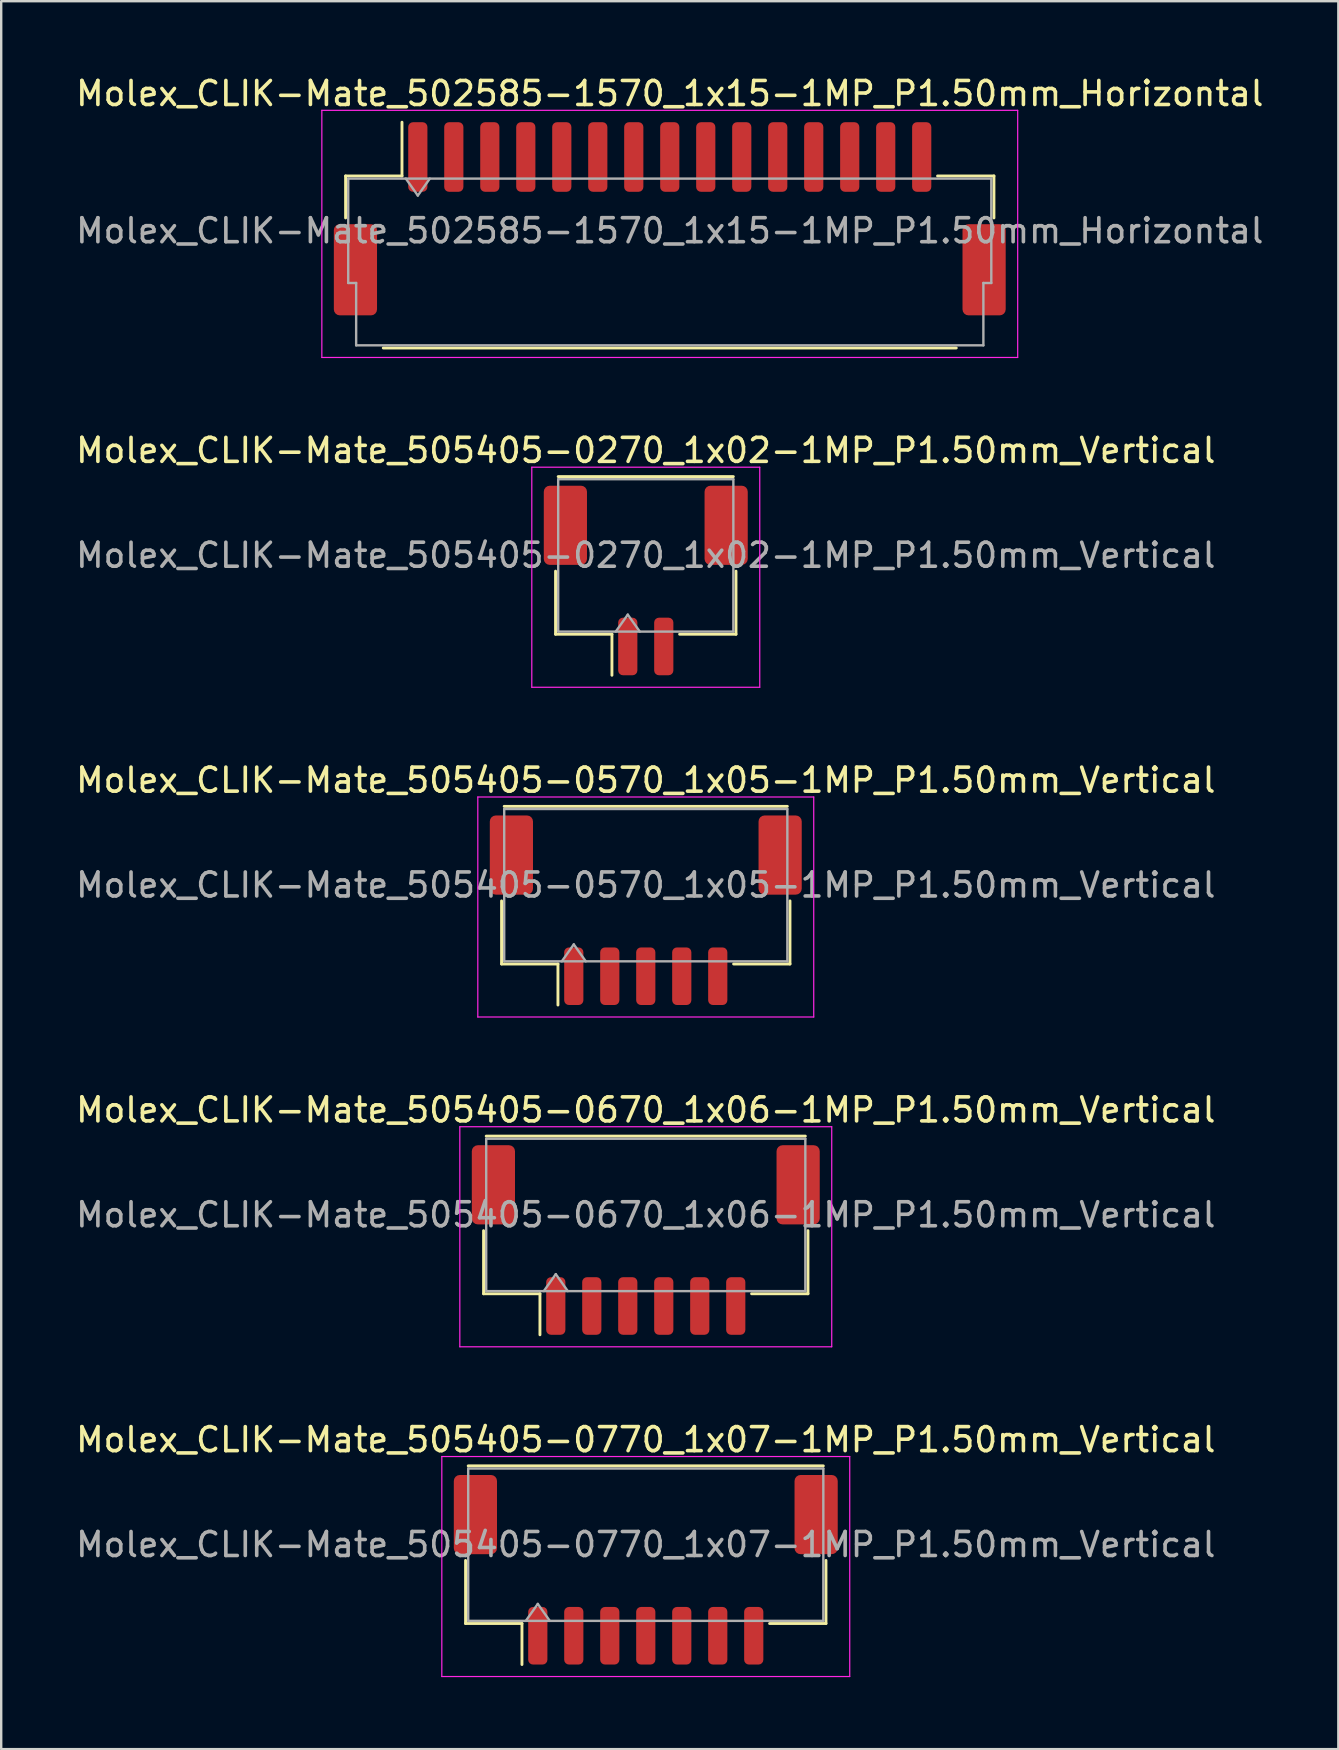
<source format=kicad_pcb>
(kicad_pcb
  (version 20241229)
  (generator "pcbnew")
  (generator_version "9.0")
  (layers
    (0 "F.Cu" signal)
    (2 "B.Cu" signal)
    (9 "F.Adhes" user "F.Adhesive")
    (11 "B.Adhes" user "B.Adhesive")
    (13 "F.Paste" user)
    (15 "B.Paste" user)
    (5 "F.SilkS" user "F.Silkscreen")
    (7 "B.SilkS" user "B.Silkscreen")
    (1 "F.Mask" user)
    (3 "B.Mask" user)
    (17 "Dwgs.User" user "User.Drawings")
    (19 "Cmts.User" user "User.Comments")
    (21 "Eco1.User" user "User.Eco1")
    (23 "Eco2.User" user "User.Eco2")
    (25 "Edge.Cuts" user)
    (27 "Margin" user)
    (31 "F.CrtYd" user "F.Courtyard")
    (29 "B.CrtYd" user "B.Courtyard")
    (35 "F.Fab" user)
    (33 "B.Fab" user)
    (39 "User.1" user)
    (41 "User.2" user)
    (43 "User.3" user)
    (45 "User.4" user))
  (footprint "Molex_CLIK-Mate_505405-0270_1x02-1MP_P1.50mm_Vertical"
    (layer "F.Cu")
    (at 23.863 21.142)
    (property "Reference" "Molex_CLIK-Mate_505405-0270_1x02-1MP_P1.50mm_Vertical" (at 0 -5.42 0) (layer "F.SilkS") (effects (font (size 1 1) (thickness 0.15))))
    (attr smd)
    (fp_line (start -3.76 -0.39) (end -3.76 2.24) (stroke (width 0.12) (type solid)) (layer "F.SilkS"))
    (fp_line (start -3.76 2.24) (end -1.41 2.24) (stroke (width 0.12) (type solid)) (layer "F.SilkS"))
    (fp_line (start -3.65 -4.33) (end 3.65 -4.33) (stroke (width 0.12) (type solid)) (layer "F.SilkS"))
    (fp_line (start -1.41 2.24) (end -1.41 3.95) (stroke (width 0.12) (type solid)) (layer "F.SilkS"))
    (fp_line (start 3.76 -0.39) (end 3.76 2.24) (stroke (width 0.12) (type solid)) (layer "F.SilkS"))
    (fp_line (start 3.76 2.24) (end 1.41 2.24) (stroke (width 0.12) (type solid)) (layer "F.SilkS"))
    (fp_line (start -4.75 -4.72) (end -4.75 4.45) (stroke (width 0.05) (type solid)) (layer "F.CrtYd"))
    (fp_line (start -4.75 4.45) (end 4.75 4.45) (stroke (width 0.05) (type solid)) (layer "F.CrtYd"))
    (fp_line (start 4.75 -4.72) (end -4.75 -4.72) (stroke (width 0.05) (type solid)) (layer "F.CrtYd"))
    (fp_line (start 4.75 4.45) (end 4.75 -4.72) (stroke (width 0.05) (type solid)) (layer "F.CrtYd"))
    (fp_line (start -3.65 -4.22) (end 3.65 -4.22) (stroke (width 0.1) (type solid)) (layer "F.Fab"))
    (fp_line (start -3.65 2.13) (end -3.65 -4.22) (stroke (width 0.1) (type solid)) (layer "F.Fab"))
    (fp_line (start -3.65 2.13) (end 3.65 2.13) (stroke (width 0.1) (type solid)) (layer "F.Fab"))
    (fp_line (start -1.25 2.13) (end -0.75 1.423) (stroke (width 0.1) (type solid)) (layer "F.Fab"))
    (fp_line (start -0.75 1.423) (end -0.25 2.13) (stroke (width 0.1) (type solid)) (layer "F.Fab"))
    (fp_line (start 3.65 2.13) (end 3.65 -4.22) (stroke (width 0.1) (type solid)) (layer "F.Fab"))
    (fp_text user "${REFERENCE}" (at 0 -1.05 0) (layer "F.Fab") (effects (font (size 1 1) (thickness 0.15))))
    (pad "1" smd roundrect (at -0.75 2.75) (size 0.8 2.4) (layers "F.Cu" "F.Mask" "F.Paste") (roundrect_rratio 0.25))
    (pad "2" smd roundrect (at 0.75 2.75) (size 0.8 2.4) (layers "F.Cu" "F.Mask" "F.Paste") (roundrect_rratio 0.25))
    (pad "MP" smd roundrect (at -3.35 -2.3) (size 1.8 3.3) (layers "F.Cu" "F.Mask" "F.Paste") (roundrect_rratio 0.139))
    (pad "MP" smd roundrect (at 3.35 -2.3) (size 1.8 3.3) (layers "F.Cu" "F.Mask" "F.Paste") (roundrect_rratio 0.139)))
  (footprint "Molex_CLIK-Mate_505405-0770_1x07-1MP_P1.50mm_Vertical"
    (layer "F.Cu")
    (at 23.863 62.371)
    (property "Reference" "Molex_CLIK-Mate_505405-0770_1x07-1MP_P1.50mm_Vertical" (at 0 -5.42 0) (layer "F.SilkS") (effects (font (size 1 1) (thickness 0.15))))
    (attr smd)
    (fp_line (start -7.51 -0.39) (end -7.51 2.24) (stroke (width 0.12) (type solid)) (layer "F.SilkS"))
    (fp_line (start -7.51 2.24) (end -5.16 2.24) (stroke (width 0.12) (type solid)) (layer "F.SilkS"))
    (fp_line (start -7.4 -4.33) (end 7.4 -4.33) (stroke (width 0.12) (type solid)) (layer "F.SilkS"))
    (fp_line (start -5.16 2.24) (end -5.16 3.95) (stroke (width 0.12) (type solid)) (layer "F.SilkS"))
    (fp_line (start 7.51 -0.39) (end 7.51 2.24) (stroke (width 0.12) (type solid)) (layer "F.SilkS"))
    (fp_line (start 7.51 2.24) (end 5.16 2.24) (stroke (width 0.12) (type solid)) (layer "F.SilkS"))
    (fp_line (start -8.5 -4.72) (end -8.5 4.45) (stroke (width 0.05) (type solid)) (layer "F.CrtYd"))
    (fp_line (start -8.5 4.45) (end 8.5 4.45) (stroke (width 0.05) (type solid)) (layer "F.CrtYd"))
    (fp_line (start 8.5 -4.72) (end -8.5 -4.72) (stroke (width 0.05) (type solid)) (layer "F.CrtYd"))
    (fp_line (start 8.5 4.45) (end 8.5 -4.72) (stroke (width 0.05) (type solid)) (layer "F.CrtYd"))
    (fp_line (start -7.4 -4.22) (end 7.4 -4.22) (stroke (width 0.1) (type solid)) (layer "F.Fab"))
    (fp_line (start -7.4 2.13) (end -7.4 -4.22) (stroke (width 0.1) (type solid)) (layer "F.Fab"))
    (fp_line (start -7.4 2.13) (end 7.4 2.13) (stroke (width 0.1) (type solid)) (layer "F.Fab"))
    (fp_line (start -5 2.13) (end -4.5 1.423) (stroke (width 0.1) (type solid)) (layer "F.Fab"))
    (fp_line (start -4.5 1.423) (end -4 2.13) (stroke (width 0.1) (type solid)) (layer "F.Fab"))
    (fp_line (start 7.4 2.13) (end 7.4 -4.22) (stroke (width 0.1) (type solid)) (layer "F.Fab"))
    (fp_text user "${REFERENCE}" (at 0 -1.05 0) (layer "F.Fab") (effects (font (size 1 1) (thickness 0.15))))
    (pad "1" smd roundrect (at -4.5 2.75) (size 0.8 2.4) (layers "F.Cu" "F.Mask" "F.Paste") (roundrect_rratio 0.25))
    (pad "2" smd roundrect (at -3 2.75) (size 0.8 2.4) (layers "F.Cu" "F.Mask" "F.Paste") (roundrect_rratio 0.25))
    (pad "3" smd roundrect (at -1.5 2.75) (size 0.8 2.4) (layers "F.Cu" "F.Mask" "F.Paste") (roundrect_rratio 0.25))
    (pad "4" smd roundrect (at 0 2.75) (size 0.8 2.4) (layers "F.Cu" "F.Mask" "F.Paste") (roundrect_rratio 0.25))
    (pad "5" smd roundrect (at 1.5 2.75) (size 0.8 2.4) (layers "F.Cu" "F.Mask" "F.Paste") (roundrect_rratio 0.25))
    (pad "6" smd roundrect (at 3 2.75) (size 0.8 2.4) (layers "F.Cu" "F.Mask" "F.Paste") (roundrect_rratio 0.25))
    (pad "7" smd roundrect (at 4.5 2.75) (size 0.8 2.4) (layers "F.Cu" "F.Mask" "F.Paste") (roundrect_rratio 0.25))
    (pad "MP" smd roundrect (at -7.1 -2.3) (size 1.8 3.3) (layers "F.Cu" "F.Mask" "F.Paste") (roundrect_rratio 0.139))
    (pad "MP" smd roundrect (at 7.1 -2.3) (size 1.8 3.3) (layers "F.Cu" "F.Mask" "F.Paste") (roundrect_rratio 0.139)))
  (footprint "Molex_CLIK-Mate_505405-0670_1x06-1MP_P1.50mm_Vertical"
    (layer "F.Cu")
    (at 23.863 48.628)
    (property "Reference" "Molex_CLIK-Mate_505405-0670_1x06-1MP_P1.50mm_Vertical" (at 0 -5.42 0) (layer "F.SilkS") (effects (font (size 1 1) (thickness 0.15))))
    (attr smd)
    (fp_line (start -6.76 -0.39) (end -6.76 2.24) (stroke (width 0.12) (type solid)) (layer "F.SilkS"))
    (fp_line (start -6.76 2.24) (end -4.41 2.24) (stroke (width 0.12) (type solid)) (layer "F.SilkS"))
    (fp_line (start -6.65 -4.33) (end 6.65 -4.33) (stroke (width 0.12) (type solid)) (layer "F.SilkS"))
    (fp_line (start -4.41 2.24) (end -4.41 3.95) (stroke (width 0.12) (type solid)) (layer "F.SilkS"))
    (fp_line (start 6.76 -0.39) (end 6.76 2.24) (stroke (width 0.12) (type solid)) (layer "F.SilkS"))
    (fp_line (start 6.76 2.24) (end 4.41 2.24) (stroke (width 0.12) (type solid)) (layer "F.SilkS"))
    (fp_line (start -7.75 -4.72) (end -7.75 4.45) (stroke (width 0.05) (type solid)) (layer "F.CrtYd"))
    (fp_line (start -7.75 4.45) (end 7.75 4.45) (stroke (width 0.05) (type solid)) (layer "F.CrtYd"))
    (fp_line (start 7.75 -4.72) (end -7.75 -4.72) (stroke (width 0.05) (type solid)) (layer "F.CrtYd"))
    (fp_line (start 7.75 4.45) (end 7.75 -4.72) (stroke (width 0.05) (type solid)) (layer "F.CrtYd"))
    (fp_line (start -6.65 -4.22) (end 6.65 -4.22) (stroke (width 0.1) (type solid)) (layer "F.Fab"))
    (fp_line (start -6.65 2.13) (end -6.65 -4.22) (stroke (width 0.1) (type solid)) (layer "F.Fab"))
    (fp_line (start -6.65 2.13) (end 6.65 2.13) (stroke (width 0.1) (type solid)) (layer "F.Fab"))
    (fp_line (start -4.25 2.13) (end -3.75 1.423) (stroke (width 0.1) (type solid)) (layer "F.Fab"))
    (fp_line (start -3.75 1.423) (end -3.25 2.13) (stroke (width 0.1) (type solid)) (layer "F.Fab"))
    (fp_line (start 6.65 2.13) (end 6.65 -4.22) (stroke (width 0.1) (type solid)) (layer "F.Fab"))
    (fp_text user "${REFERENCE}" (at 0 -1.05 0) (layer "F.Fab") (effects (font (size 1 1) (thickness 0.15))))
    (pad "1" smd roundrect (at -3.75 2.75) (size 0.8 2.4) (layers "F.Cu" "F.Mask" "F.Paste") (roundrect_rratio 0.25))
    (pad "2" smd roundrect (at -2.25 2.75) (size 0.8 2.4) (layers "F.Cu" "F.Mask" "F.Paste") (roundrect_rratio 0.25))
    (pad "3" smd roundrect (at -0.75 2.75) (size 0.8 2.4) (layers "F.Cu" "F.Mask" "F.Paste") (roundrect_rratio 0.25))
    (pad "4" smd roundrect (at 0.75 2.75) (size 0.8 2.4) (layers "F.Cu" "F.Mask" "F.Paste") (roundrect_rratio 0.25))
    (pad "5" smd roundrect (at 2.25 2.75) (size 0.8 2.4) (layers "F.Cu" "F.Mask" "F.Paste") (roundrect_rratio 0.25))
    (pad "6" smd roundrect (at 3.75 2.75) (size 0.8 2.4) (layers "F.Cu" "F.Mask" "F.Paste") (roundrect_rratio 0.25))
    (pad "MP" smd roundrect (at -6.35 -2.3) (size 1.8 3.3) (layers "F.Cu" "F.Mask" "F.Paste") (roundrect_rratio 0.139))
    (pad "MP" smd roundrect (at 6.35 -2.3) (size 1.8 3.3) (layers "F.Cu" "F.Mask" "F.Paste") (roundrect_rratio 0.139)))
  (footprint "Molex_CLIK-Mate_502585-1570_1x15-1MP_P1.50mm_Horizontal"
    (layer "F.Cu")
    (at 24.863 6.068)
    (property "Reference" "Molex_CLIK-Mate_502585-1570_1x15-1MP_P1.50mm_Horizontal" (at 0 -5.22 0) (layer "F.SilkS") (effects (font (size 1 1) (thickness 0.15))))
    (attr smd)
    (fp_line (start -13.51 -1.785) (end -11.16 -1.785) (stroke (width 0.12) (type solid)) (layer "F.SilkS"))
    (fp_line (start -13.51 -0.035) (end -13.51 -1.785) (stroke (width 0.12) (type solid)) (layer "F.SilkS"))
    (fp_line (start -11.94 5.385) (end 11.94 5.385) (stroke (width 0.12) (type solid)) (layer "F.SilkS"))
    (fp_line (start -11.16 -1.785) (end -11.16 -4.025) (stroke (width 0.12) (type solid)) (layer "F.SilkS"))
    (fp_line (start 13.51 -1.785) (end 11.16 -1.785) (stroke (width 0.12) (type solid)) (layer "F.SilkS"))
    (fp_line (start 13.51 -0.035) (end 13.51 -1.785) (stroke (width 0.12) (type solid)) (layer "F.SilkS"))
    (fp_line (start -14.5 -4.52) (end -14.5 5.78) (stroke (width 0.05) (type solid)) (layer "F.CrtYd"))
    (fp_line (start -14.5 5.78) (end 14.5 5.78) (stroke (width 0.05) (type solid)) (layer "F.CrtYd"))
    (fp_line (start 14.5 -4.52) (end -14.5 -4.52) (stroke (width 0.05) (type solid)) (layer "F.CrtYd"))
    (fp_line (start 14.5 5.78) (end 14.5 -4.52) (stroke (width 0.05) (type solid)) (layer "F.CrtYd"))
    (fp_line (start -13.4 -1.675) (end -13.4 2.675) (stroke (width 0.1) (type solid)) (layer "F.Fab"))
    (fp_line (start -13.4 -1.675) (end 13.4 -1.675) (stroke (width 0.1) (type solid)) (layer "F.Fab"))
    (fp_line (start -13.4 2.675) (end -13.07 2.675) (stroke (width 0.1) (type solid)) (layer "F.Fab"))
    (fp_line (start -13.07 2.675) (end -13.07 5.275) (stroke (width 0.1) (type solid)) (layer "F.Fab"))
    (fp_line (start -13.07 5.275) (end 13.07 5.275) (stroke (width 0.1) (type solid)) (layer "F.Fab"))
    (fp_line (start -11 -1.675) (end -10.5 -0.968) (stroke (width 0.1) (type solid)) (layer "F.Fab"))
    (fp_line (start -10.5 -0.968) (end -10 -1.675) (stroke (width 0.1) (type solid)) (layer "F.Fab"))
    (fp_line (start 13.07 2.675) (end 13.4 2.675) (stroke (width 0.1) (type solid)) (layer "F.Fab"))
    (fp_line (start 13.07 5.275) (end 13.07 2.675) (stroke (width 0.1) (type solid)) (layer "F.Fab"))
    (fp_line (start 13.4 -1.675) (end 13.4 2.675) (stroke (width 0.1) (type solid)) (layer "F.Fab"))
    (fp_text user "${REFERENCE}" (at 0 0.5 0) (layer "F.Fab") (effects (font (size 1 1) (thickness 0.15))))
    (pad "1" smd roundrect (at -10.5 -2.575) (size 0.8 2.9) (layers "F.Cu" "F.Mask" "F.Paste") (roundrect_rratio 0.25))
    (pad "2" smd roundrect (at -9 -2.575) (size 0.8 2.9) (layers "F.Cu" "F.Mask" "F.Paste") (roundrect_rratio 0.25))
    (pad "3" smd roundrect (at -7.5 -2.575) (size 0.8 2.9) (layers "F.Cu" "F.Mask" "F.Paste") (roundrect_rratio 0.25))
    (pad "4" smd roundrect (at -6 -2.575) (size 0.8 2.9) (layers "F.Cu" "F.Mask" "F.Paste") (roundrect_rratio 0.25))
    (pad "5" smd roundrect (at -4.5 -2.575) (size 0.8 2.9) (layers "F.Cu" "F.Mask" "F.Paste") (roundrect_rratio 0.25))
    (pad "6" smd roundrect (at -3 -2.575) (size 0.8 2.9) (layers "F.Cu" "F.Mask" "F.Paste") (roundrect_rratio 0.25))
    (pad "7" smd roundrect (at -1.5 -2.575) (size 0.8 2.9) (layers "F.Cu" "F.Mask" "F.Paste") (roundrect_rratio 0.25))
    (pad "8" smd roundrect (at 0 -2.575) (size 0.8 2.9) (layers "F.Cu" "F.Mask" "F.Paste") (roundrect_rratio 0.25))
    (pad "9" smd roundrect (at 1.5 -2.575) (size 0.8 2.9) (layers "F.Cu" "F.Mask" "F.Paste") (roundrect_rratio 0.25))
    (pad "10" smd roundrect (at 3 -2.575) (size 0.8 2.9) (layers "F.Cu" "F.Mask" "F.Paste") (roundrect_rratio 0.25))
    (pad "11" smd roundrect (at 4.5 -2.575) (size 0.8 2.9) (layers "F.Cu" "F.Mask" "F.Paste") (roundrect_rratio 0.25))
    (pad "12" smd roundrect (at 6 -2.575) (size 0.8 2.9) (layers "F.Cu" "F.Mask" "F.Paste") (roundrect_rratio 0.25))
    (pad "13" smd roundrect (at 7.5 -2.575) (size 0.8 2.9) (layers "F.Cu" "F.Mask" "F.Paste") (roundrect_rratio 0.25))
    (pad "14" smd roundrect (at 9 -2.575) (size 0.8 2.9) (layers "F.Cu" "F.Mask" "F.Paste") (roundrect_rratio 0.25))
    (pad "15" smd roundrect (at 10.5 -2.575) (size 0.8 2.9) (layers "F.Cu" "F.Mask" "F.Paste") (roundrect_rratio 0.25))
    (pad "MP" smd roundrect (at -13.1 2.125) (size 1.8 3.8) (layers "F.Cu" "F.Mask" "F.Paste") (roundrect_rratio 0.139))
    (pad "MP" smd roundrect (at 13.1 2.125) (size 1.8 3.8) (layers "F.Cu" "F.Mask" "F.Paste") (roundrect_rratio 0.139)))
  (footprint "Molex_CLIK-Mate_505405-0570_1x05-1MP_P1.50mm_Vertical"
    (layer "F.Cu")
    (at 23.863 34.885)
    (property "Reference" "Molex_CLIK-Mate_505405-0570_1x05-1MP_P1.50mm_Vertical" (at 0 -5.42 0) (layer "F.SilkS") (effects (font (size 1 1) (thickness 0.15))))
    (attr smd)
    (fp_line (start -6.01 -0.39) (end -6.01 2.24) (stroke (width 0.12) (type solid)) (layer "F.SilkS"))
    (fp_line (start -6.01 2.24) (end -3.66 2.24) (stroke (width 0.12) (type solid)) (layer "F.SilkS"))
    (fp_line (start -5.9 -4.33) (end 5.9 -4.33) (stroke (width 0.12) (type solid)) (layer "F.SilkS"))
    (fp_line (start -3.66 2.24) (end -3.66 3.95) (stroke (width 0.12) (type solid)) (layer "F.SilkS"))
    (fp_line (start 6.01 -0.39) (end 6.01 2.24) (stroke (width 0.12) (type solid)) (layer "F.SilkS"))
    (fp_line (start 6.01 2.24) (end 3.66 2.24) (stroke (width 0.12) (type solid)) (layer "F.SilkS"))
    (fp_line (start -7 -4.72) (end -7 4.45) (stroke (width 0.05) (type solid)) (layer "F.CrtYd"))
    (fp_line (start -7 4.45) (end 7 4.45) (stroke (width 0.05) (type solid)) (layer "F.CrtYd"))
    (fp_line (start 7 -4.72) (end -7 -4.72) (stroke (width 0.05) (type solid)) (layer "F.CrtYd"))
    (fp_line (start 7 4.45) (end 7 -4.72) (stroke (width 0.05) (type solid)) (layer "F.CrtYd"))
    (fp_line (start -5.9 -4.22) (end 5.9 -4.22) (stroke (width 0.1) (type solid)) (layer "F.Fab"))
    (fp_line (start -5.9 2.13) (end -5.9 -4.22) (stroke (width 0.1) (type solid)) (layer "F.Fab"))
    (fp_line (start -5.9 2.13) (end 5.9 2.13) (stroke (width 0.1) (type solid)) (layer "F.Fab"))
    (fp_line (start -3.5 2.13) (end -3 1.423) (stroke (width 0.1) (type solid)) (layer "F.Fab"))
    (fp_line (start -3 1.423) (end -2.5 2.13) (stroke (width 0.1) (type solid)) (layer "F.Fab"))
    (fp_line (start 5.9 2.13) (end 5.9 -4.22) (stroke (width 0.1) (type solid)) (layer "F.Fab"))
    (fp_text user "${REFERENCE}" (at 0 -1.05 0) (layer "F.Fab") (effects (font (size 1 1) (thickness 0.15))))
    (pad "1" smd roundrect (at -3 2.75) (size 0.8 2.4) (layers "F.Cu" "F.Mask" "F.Paste") (roundrect_rratio 0.25))
    (pad "2" smd roundrect (at -1.5 2.75) (size 0.8 2.4) (layers "F.Cu" "F.Mask" "F.Paste") (roundrect_rratio 0.25))
    (pad "3" smd roundrect (at 0 2.75) (size 0.8 2.4) (layers "F.Cu" "F.Mask" "F.Paste") (roundrect_rratio 0.25))
    (pad "4" smd roundrect (at 1.5 2.75) (size 0.8 2.4) (layers "F.Cu" "F.Mask" "F.Paste") (roundrect_rratio 0.25))
    (pad "5" smd roundrect (at 3 2.75) (size 0.8 2.4) (layers "F.Cu" "F.Mask" "F.Paste") (roundrect_rratio 0.25))
    (pad "MP" smd roundrect (at -5.6 -2.3) (size 1.8 3.3) (layers "F.Cu" "F.Mask" "F.Paste") (roundrect_rratio 0.139))
    (pad "MP" smd roundrect (at 5.6 -2.3) (size 1.8 3.3) (layers "F.Cu" "F.Mask" "F.Paste") (roundrect_rratio 0.139)))
  (gr_rect
    (start -3 -3)
    (end 52.726 69.846)
    (stroke (width 0.1) (type default))
    (fill no)
    (layer "Edge.Cuts")))
</source>
